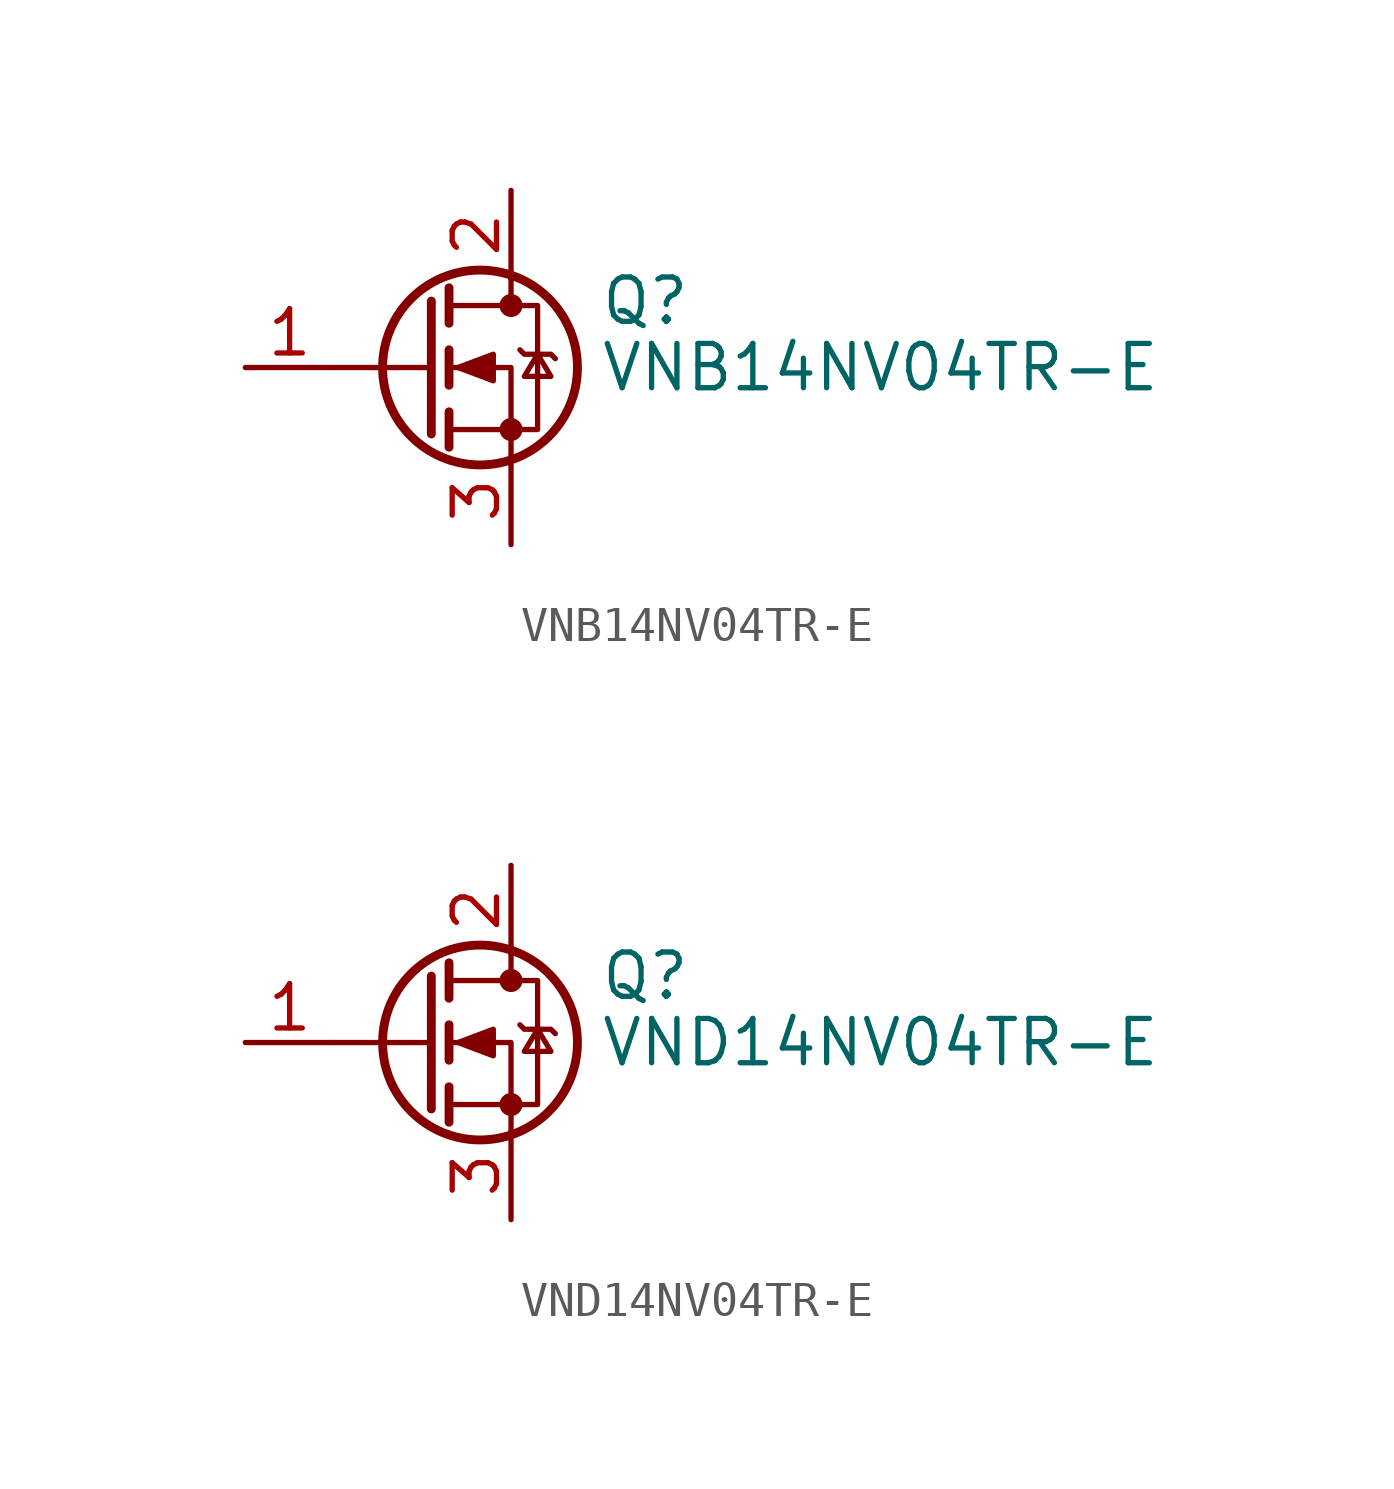
<source format=kicad_sym>
(kicad_symbol_lib
  (version 20211014)
  (generator kicad_symbol_editor)
  (symbol "VNB14NV04TR-E"
    (pin_names hide)
    (property "Reference" "Q"
      (at 5.08 1.905 0)
      (effects (font (size 1.27 1.27)) (justify left)))
    (property "Value" "VNB14NV04TR-E"
      (at 5.08 0 0)
      (effects (font (size 1.27 1.27)) (justify left)))
    (symbol "VNB14NV04TR-E_0_1"
      (polyline (pts (xy 0.254 0) (xy -2.54 0)) (stroke (width 0) (type default) (color 0 0 0 0)) (fill (type none)))
      (polyline (pts (xy 0.254 1.905) (xy 0.254 -1.905)) (stroke (width 0.254) (type default) (color 0 0 0 0)) (fill (type none)))
      (polyline (pts (xy 0.762 -1.27) (xy 0.762 -2.286)) (stroke (width 0.254) (type default) (color 0 0 0 0)) (fill (type none)))
      (polyline (pts (xy 0.762 0.508) (xy 0.762 -0.508)) (stroke (width 0.254) (type default) (color 0 0 0 0)) (fill (type none)))
      (polyline (pts (xy 0.762 2.286) (xy 0.762 1.27)) (stroke (width 0.254) (type default) (color 0 0 0 0)) (fill (type none)))
      (polyline (pts (xy 2.54 2.54) (xy 2.54 1.778)) (stroke (width 0) (type default) (color 0 0 0 0)) (fill (type none)))
      (polyline (pts (xy 2.54 -2.54) (xy 2.54 0) (xy 0.762 0)) (stroke (width 0) (type default) (color 0 0 0 0)) (fill (type none)))
      (polyline (pts (xy 0.762 -1.778) (xy 3.302 -1.778) (xy 3.302 1.778) (xy 0.762 1.778)) (stroke (width 0) (type default) (color 0 0 0 0)) (fill (type none)))
      (polyline (pts (xy 1.016 0) (xy 2.032 0.381) (xy 2.032 -0.381) (xy 1.016 0)) (stroke (width 0) (type default) (color 0 0 0 0)) (fill (type outline)))
      (polyline (pts (xy 2.794 0.508) (xy 2.921 0.381) (xy 3.683 0.381) (xy 3.81 0.254)) (stroke (width 0) (type default) (color 0 0 0 0)) (fill (type none)))
      (polyline (pts (xy 3.302 0.381) (xy 2.921 -0.254) (xy 3.683 -0.254) (xy 3.302 0.381)) (stroke (width 0) (type default) (color 0 0 0 0)) (fill (type none)))
      (circle (center 1.651 0) (radius 2.794) (stroke (width 0.254) (type default) (color 0 0 0 0)) (fill (type none)))
      (circle (center 2.54 -1.778) (radius 0.254) (stroke (width 0) (type default) (color 0 0 0 0)) (fill (type outline)))
      (circle (center 2.54 1.778) (radius 0.254) (stroke (width 0) (type default) (color 0 0 0 0)) (fill (type outline))))
    (symbol "VNB14NV04TR-E_1_1"
      (pin input line (at -5.08 0 0) (length 2.54) (name "G" (effects (font (size 1.27 1.27)))) (number "1" (effects (font (size 1.27 1.27)))))
      (pin passive line (at 2.54 5.08 270) (length 2.54) (name "D" (effects (font (size 1.27 1.27)))) (number "2" (effects (font (size 1.27 1.27)))))
      (pin passive line (at 2.54 -5.08 90) (length 2.54) (name "S" (effects (font (size 1.27 1.27)))) (number "3" (effects (font (size 1.27 1.27)))))))
  (symbol "VND14NV04TR-E"
    (pin_names hide)
    (property "Reference" "Q"
      (at 5.08 1.905 0)
      (effects (font (size 1.27 1.27)) (justify left)))
    (property "Value" "VND14NV04TR-E"
      (at 5.08 0 0)
      (effects (font (size 1.27 1.27)) (justify left)))
    (symbol "VND14NV04TR-E_0_1"
      (polyline (pts (xy 0.254 0) (xy -2.54 0)) (stroke (width 0) (type default) (color 0 0 0 0)) (fill (type none)))
      (polyline (pts (xy 0.254 1.905) (xy 0.254 -1.905)) (stroke (width 0.254) (type default) (color 0 0 0 0)) (fill (type none)))
      (polyline (pts (xy 0.762 -1.27) (xy 0.762 -2.286)) (stroke (width 0.254) (type default) (color 0 0 0 0)) (fill (type none)))
      (polyline (pts (xy 0.762 0.508) (xy 0.762 -0.508)) (stroke (width 0.254) (type default) (color 0 0 0 0)) (fill (type none)))
      (polyline (pts (xy 0.762 2.286) (xy 0.762 1.27)) (stroke (width 0.254) (type default) (color 0 0 0 0)) (fill (type none)))
      (polyline (pts (xy 2.54 2.54) (xy 2.54 1.778)) (stroke (width 0) (type default) (color 0 0 0 0)) (fill (type none)))
      (polyline (pts (xy 2.54 -2.54) (xy 2.54 0) (xy 0.762 0)) (stroke (width 0) (type default) (color 0 0 0 0)) (fill (type none)))
      (polyline (pts (xy 0.762 -1.778) (xy 3.302 -1.778) (xy 3.302 1.778) (xy 0.762 1.778)) (stroke (width 0) (type default) (color 0 0 0 0)) (fill (type none)))
      (polyline (pts (xy 1.016 0) (xy 2.032 0.381) (xy 2.032 -0.381) (xy 1.016 0)) (stroke (width 0) (type default) (color 0 0 0 0)) (fill (type outline)))
      (polyline (pts (xy 2.794 0.508) (xy 2.921 0.381) (xy 3.683 0.381) (xy 3.81 0.254)) (stroke (width 0) (type default) (color 0 0 0 0)) (fill (type none)))
      (polyline (pts (xy 3.302 0.381) (xy 2.921 -0.254) (xy 3.683 -0.254) (xy 3.302 0.381)) (stroke (width 0) (type default) (color 0 0 0 0)) (fill (type none)))
      (circle (center 1.651 0) (radius 2.794) (stroke (width 0.254) (type default) (color 0 0 0 0)) (fill (type none)))
      (circle (center 2.54 -1.778) (radius 0.254) (stroke (width 0) (type default) (color 0 0 0 0)) (fill (type outline)))
      (circle (center 2.54 1.778) (radius 0.254) (stroke (width 0) (type default) (color 0 0 0 0)) (fill (type outline))))
    (symbol "VND14NV04TR-E_1_1"
      (pin input line (at -5.08 0 0) (length 2.54) (name "G" (effects (font (size 1.27 1.27)))) (number "1" (effects (font (size 1.27 1.27)))))
      (pin passive line (at 2.54 5.08 270) (length 2.54) (name "D" (effects (font (size 1.27 1.27)))) (number "2" (effects (font (size 1.27 1.27)))))
      (pin passive line (at 2.54 -5.08 90) (length 2.54) (name "S" (effects (font (size 1.27 1.27)))) (number "3" (effects (font (size 1.27 1.27))))))))
</source>
